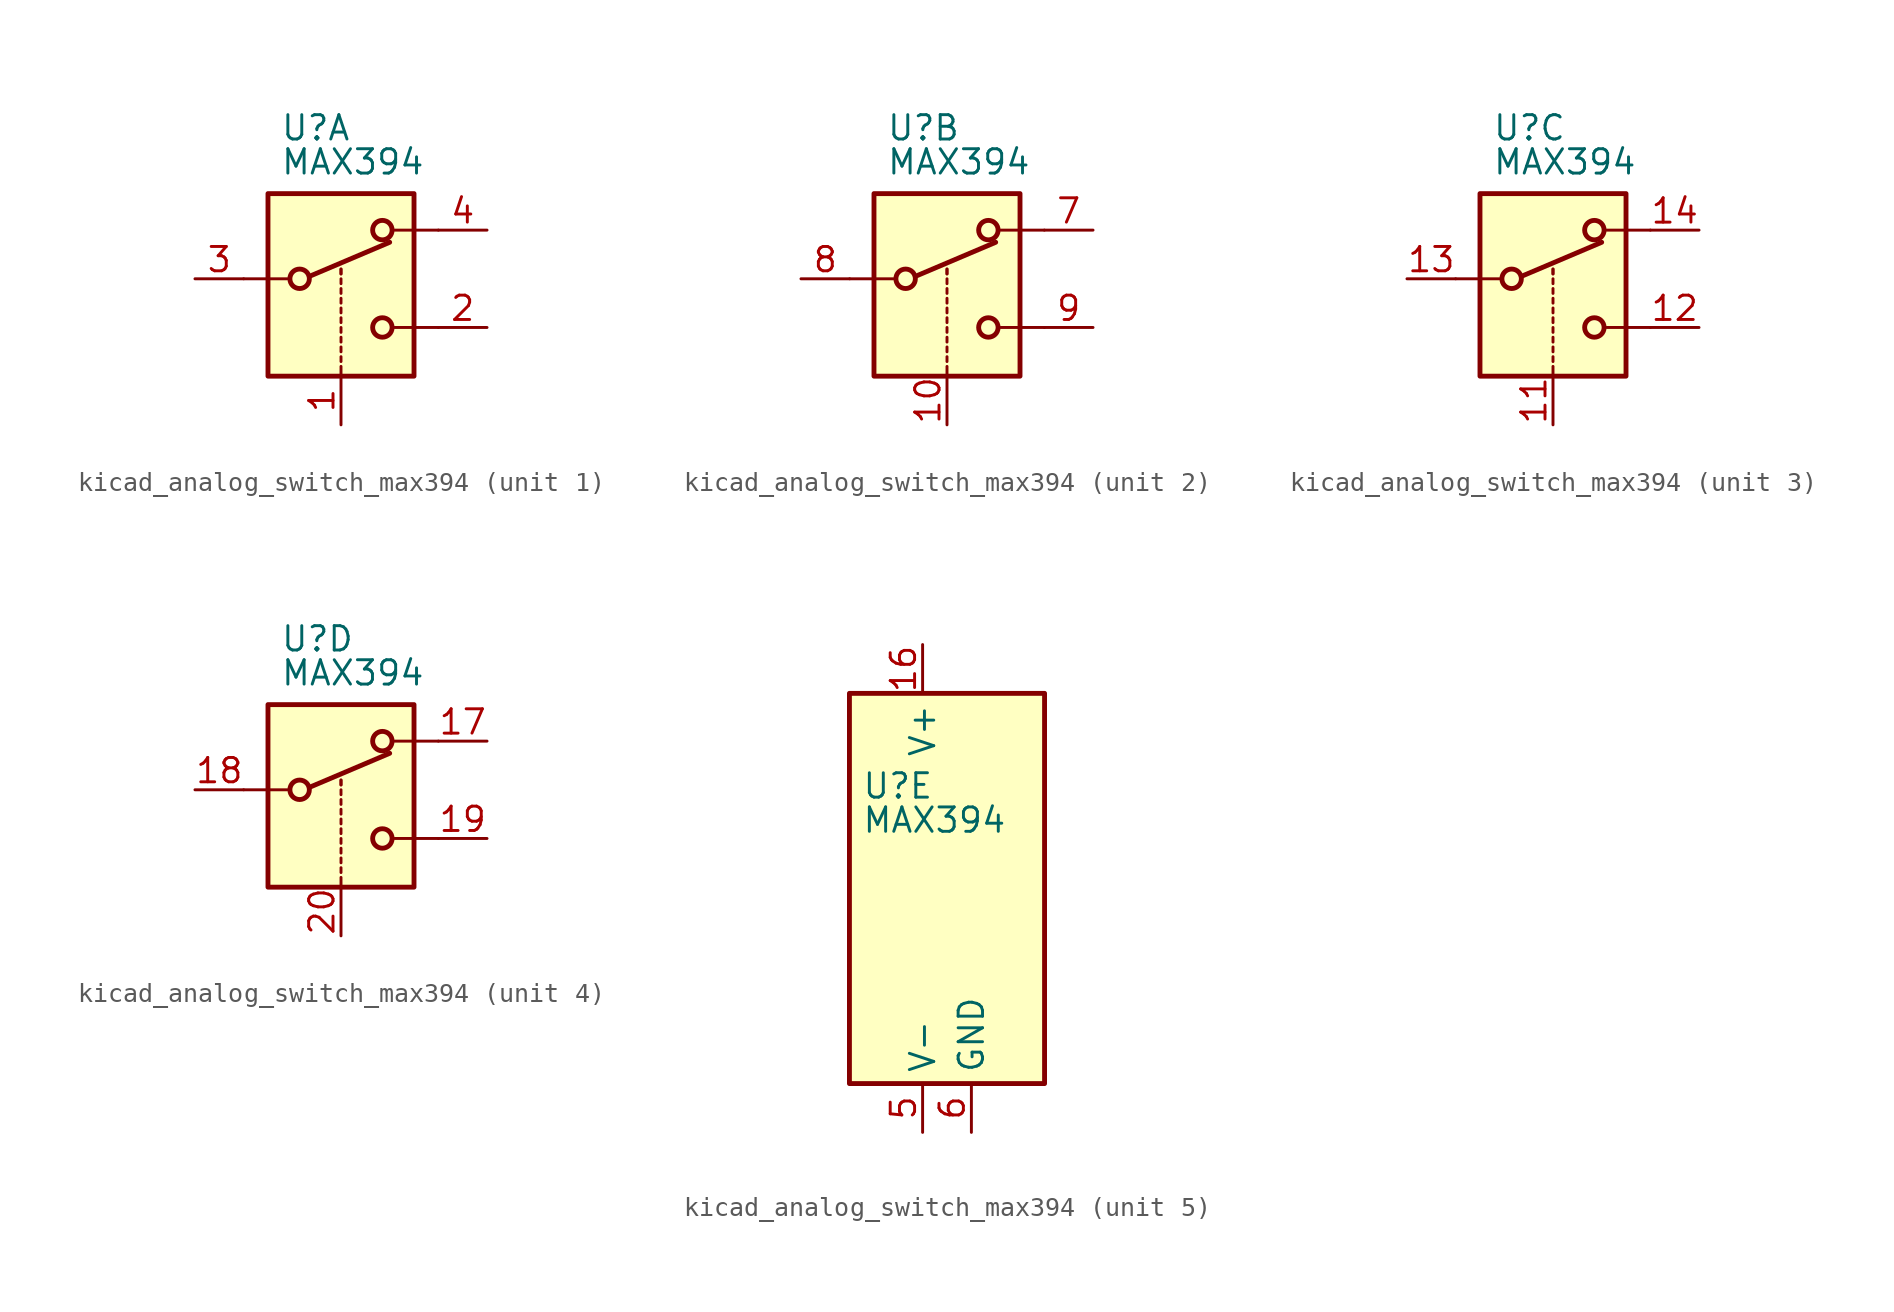
<source format=kicad_sym>
(kicad_symbol_lib
  (version 20220914)
  (generator kicad_symbol_editor)
  (symbol "kicad_analog_switch_max394"
    (property "Reference" "U"
      (at -3.175 5.334 0)
      (effects (font (size 1.27 1.27)) (justify left)))
    (property "Value" "MAX394"
      (at -3.175 3.556 0)
      (effects (font (size 1.27 1.27)) (justify left)))
    (symbol "kicad_analog_switch_max394_1_1"
      (rectangle (start -3.81 1.905) (end 3.81 -7.62) (stroke (width 0.254) (type default)) (fill (type background)))
      (circle (center -2.159 -2.54) (radius 0.508) (stroke (width 0.254) (type default)) (fill (type none)))
      (polyline (pts (xy -5.08 -2.54) (xy -2.794 -2.54)) (stroke (width 0) (type default)) (fill (type none)))
      (polyline (pts (xy -1.651 -2.413) (xy 2.54 -0.635)) (stroke (width 0.254) (type default)) (fill (type none)))
      (polyline (pts (xy 0 -7.62) (xy 0 -7.112)) (stroke (width 0) (type default)) (fill (type none)))
      (polyline (pts (xy 0 -6.858) (xy 0 -6.604)) (stroke (width 0) (type default)) (fill (type none)))
      (polyline (pts (xy 0 -6.35) (xy 0 -6.096)) (stroke (width 0) (type default)) (fill (type none)))
      (polyline (pts (xy 0 -5.842) (xy 0 -5.588)) (stroke (width 0) (type default)) (fill (type none)))
      (polyline (pts (xy 0 -5.334) (xy 0 -5.08)) (stroke (width 0) (type default)) (fill (type none)))
      (polyline (pts (xy 0 -4.826) (xy 0 -4.572)) (stroke (width 0) (type default)) (fill (type none)))
      (polyline (pts (xy 0 -4.318) (xy 0 -4.064)) (stroke (width 0) (type default)) (fill (type none)))
      (polyline (pts (xy 0 -3.81) (xy 0 -3.556)) (stroke (width 0) (type default)) (fill (type none)))
      (polyline (pts (xy 0 -3.302) (xy 0 -3.048)) (stroke (width 0) (type default)) (fill (type none)))
      (polyline (pts (xy 0 -2.794) (xy 0 -2.54)) (stroke (width 0) (type default)) (fill (type none)))
      (polyline (pts (xy 0 -2.286) (xy 0 -2.032)) (stroke (width 0) (type default)) (fill (type none)))
      (polyline (pts (xy 0 -2.286) (xy 0 -2.032)) (stroke (width 0) (type default)) (fill (type none)))
      (polyline (pts (xy 5.08 -5.08) (xy 2.794 -5.08)) (stroke (width 0) (type default)) (fill (type none)))
      (polyline (pts (xy 5.08 0) (xy 2.794 0)) (stroke (width 0) (type default)) (fill (type none)))
      (circle (center 2.159 -5.08) (radius 0.508) (stroke (width 0.254) (type default)) (fill (type none)))
      (circle (center 2.159 0) (radius 0.508) (stroke (width 0.254) (type default)) (fill (type none)))
      (pin input line (at 0 -10.16 90) (length 2.54) (name "~" (effects (font (size 1.27 1.27)))) (number "1" (effects (font (size 1.27 1.27)))))
      (pin passive line (at 7.62 -5.08 180) (length 2.54) (name "~" (effects (font (size 1.27 1.27)))) (number "2" (effects (font (size 1.27 1.27)))))
      (pin passive line (at -7.62 -2.54 0) (length 2.54) (name "~" (effects (font (size 1.27 1.27)))) (number "3" (effects (font (size 1.27 1.27)))))
      (pin passive line (at 7.62 0 180) (length 2.54) (name "~" (effects (font (size 1.27 1.27)))) (number "4" (effects (font (size 1.27 1.27))))))
    (symbol "kicad_analog_switch_max394_2_1"
      (rectangle (start -3.81 1.905) (end 3.81 -7.62) (stroke (width 0.254) (type default)) (fill (type background)))
      (circle (center -2.159 -2.54) (radius 0.508) (stroke (width 0.254) (type default)) (fill (type none)))
      (polyline (pts (xy -5.08 -2.54) (xy -2.794 -2.54)) (stroke (width 0) (type default)) (fill (type none)))
      (polyline (pts (xy -1.651 -2.413) (xy 2.54 -0.635)) (stroke (width 0.254) (type default)) (fill (type none)))
      (polyline (pts (xy 0 -7.62) (xy 0 -7.112)) (stroke (width 0) (type default)) (fill (type none)))
      (polyline (pts (xy 0 -6.858) (xy 0 -6.604)) (stroke (width 0) (type default)) (fill (type none)))
      (polyline (pts (xy 0 -6.35) (xy 0 -6.096)) (stroke (width 0) (type default)) (fill (type none)))
      (polyline (pts (xy 0 -5.842) (xy 0 -5.588)) (stroke (width 0) (type default)) (fill (type none)))
      (polyline (pts (xy 0 -5.334) (xy 0 -5.08)) (stroke (width 0) (type default)) (fill (type none)))
      (polyline (pts (xy 0 -4.826) (xy 0 -4.572)) (stroke (width 0) (type default)) (fill (type none)))
      (polyline (pts (xy 0 -4.318) (xy 0 -4.064)) (stroke (width 0) (type default)) (fill (type none)))
      (polyline (pts (xy 0 -3.81) (xy 0 -3.556)) (stroke (width 0) (type default)) (fill (type none)))
      (polyline (pts (xy 0 -3.302) (xy 0 -3.048)) (stroke (width 0) (type default)) (fill (type none)))
      (polyline (pts (xy 0 -2.794) (xy 0 -2.54)) (stroke (width 0) (type default)) (fill (type none)))
      (polyline (pts (xy 0 -2.286) (xy 0 -2.032)) (stroke (width 0) (type default)) (fill (type none)))
      (polyline (pts (xy 0 -2.286) (xy 0 -2.032)) (stroke (width 0) (type default)) (fill (type none)))
      (polyline (pts (xy 5.08 -5.08) (xy 2.794 -5.08)) (stroke (width 0) (type default)) (fill (type none)))
      (polyline (pts (xy 5.08 0) (xy 2.794 0)) (stroke (width 0) (type default)) (fill (type none)))
      (circle (center 2.159 -5.08) (radius 0.508) (stroke (width 0.254) (type default)) (fill (type none)))
      (circle (center 2.159 0) (radius 0.508) (stroke (width 0.254) (type default)) (fill (type none)))
      (pin input line (at 0 -10.16 90) (length 2.54) (name "~" (effects (font (size 1.27 1.27)))) (number "10" (effects (font (size 1.27 1.27)))))
      (pin passive line (at 7.62 0 180) (length 2.54) (name "~" (effects (font (size 1.27 1.27)))) (number "7" (effects (font (size 1.27 1.27)))))
      (pin passive line (at -7.62 -2.54 0) (length 2.54) (name "~" (effects (font (size 1.27 1.27)))) (number "8" (effects (font (size 1.27 1.27)))))
      (pin passive line (at 7.62 -5.08 180) (length 2.54) (name "~" (effects (font (size 1.27 1.27)))) (number "9" (effects (font (size 1.27 1.27))))))
    (symbol "kicad_analog_switch_max394_3_1"
      (rectangle (start -3.81 1.905) (end 3.81 -7.62) (stroke (width 0.254) (type default)) (fill (type background)))
      (circle (center -2.159 -2.54) (radius 0.508) (stroke (width 0.254) (type default)) (fill (type none)))
      (polyline (pts (xy -5.08 -2.54) (xy -2.794 -2.54)) (stroke (width 0) (type default)) (fill (type none)))
      (polyline (pts (xy -1.651 -2.413) (xy 2.54 -0.635)) (stroke (width 0.254) (type default)) (fill (type none)))
      (polyline (pts (xy 0 -7.62) (xy 0 -7.112)) (stroke (width 0) (type default)) (fill (type none)))
      (polyline (pts (xy 0 -6.858) (xy 0 -6.604)) (stroke (width 0) (type default)) (fill (type none)))
      (polyline (pts (xy 0 -6.35) (xy 0 -6.096)) (stroke (width 0) (type default)) (fill (type none)))
      (polyline (pts (xy 0 -5.842) (xy 0 -5.588)) (stroke (width 0) (type default)) (fill (type none)))
      (polyline (pts (xy 0 -5.334) (xy 0 -5.08)) (stroke (width 0) (type default)) (fill (type none)))
      (polyline (pts (xy 0 -4.826) (xy 0 -4.572)) (stroke (width 0) (type default)) (fill (type none)))
      (polyline (pts (xy 0 -4.318) (xy 0 -4.064)) (stroke (width 0) (type default)) (fill (type none)))
      (polyline (pts (xy 0 -3.81) (xy 0 -3.556)) (stroke (width 0) (type default)) (fill (type none)))
      (polyline (pts (xy 0 -3.302) (xy 0 -3.048)) (stroke (width 0) (type default)) (fill (type none)))
      (polyline (pts (xy 0 -2.794) (xy 0 -2.54)) (stroke (width 0) (type default)) (fill (type none)))
      (polyline (pts (xy 0 -2.286) (xy 0 -2.032)) (stroke (width 0) (type default)) (fill (type none)))
      (polyline (pts (xy 0 -2.286) (xy 0 -2.032)) (stroke (width 0) (type default)) (fill (type none)))
      (polyline (pts (xy 5.08 -5.08) (xy 2.794 -5.08)) (stroke (width 0) (type default)) (fill (type none)))
      (polyline (pts (xy 5.08 0) (xy 2.794 0)) (stroke (width 0) (type default)) (fill (type none)))
      (circle (center 2.159 -5.08) (radius 0.508) (stroke (width 0.254) (type default)) (fill (type none)))
      (circle (center 2.159 0) (radius 0.508) (stroke (width 0.254) (type default)) (fill (type none)))
      (pin input line (at 0 -10.16 90) (length 2.54) (name "~" (effects (font (size 1.27 1.27)))) (number "11" (effects (font (size 1.27 1.27)))))
      (pin passive line (at 7.62 -5.08 180) (length 2.54) (name "~" (effects (font (size 1.27 1.27)))) (number "12" (effects (font (size 1.27 1.27)))))
      (pin passive line (at -7.62 -2.54 0) (length 2.54) (name "~" (effects (font (size 1.27 1.27)))) (number "13" (effects (font (size 1.27 1.27)))))
      (pin passive line (at 7.62 0 180) (length 2.54) (name "~" (effects (font (size 1.27 1.27)))) (number "14" (effects (font (size 1.27 1.27))))))
    (symbol "kicad_analog_switch_max394_4_1"
      (rectangle (start -3.81 1.905) (end 3.81 -7.62) (stroke (width 0.254) (type default)) (fill (type background)))
      (circle (center -2.159 -2.54) (radius 0.508) (stroke (width 0.254) (type default)) (fill (type none)))
      (polyline (pts (xy -5.08 -2.54) (xy -2.794 -2.54)) (stroke (width 0) (type default)) (fill (type none)))
      (polyline (pts (xy -1.651 -2.413) (xy 2.54 -0.635)) (stroke (width 0.254) (type default)) (fill (type none)))
      (polyline (pts (xy 0 -7.62) (xy 0 -7.112)) (stroke (width 0) (type default)) (fill (type none)))
      (polyline (pts (xy 0 -6.858) (xy 0 -6.604)) (stroke (width 0) (type default)) (fill (type none)))
      (polyline (pts (xy 0 -6.35) (xy 0 -6.096)) (stroke (width 0) (type default)) (fill (type none)))
      (polyline (pts (xy 0 -5.842) (xy 0 -5.588)) (stroke (width 0) (type default)) (fill (type none)))
      (polyline (pts (xy 0 -5.334) (xy 0 -5.08)) (stroke (width 0) (type default)) (fill (type none)))
      (polyline (pts (xy 0 -4.826) (xy 0 -4.572)) (stroke (width 0) (type default)) (fill (type none)))
      (polyline (pts (xy 0 -4.318) (xy 0 -4.064)) (stroke (width 0) (type default)) (fill (type none)))
      (polyline (pts (xy 0 -3.81) (xy 0 -3.556)) (stroke (width 0) (type default)) (fill (type none)))
      (polyline (pts (xy 0 -3.302) (xy 0 -3.048)) (stroke (width 0) (type default)) (fill (type none)))
      (polyline (pts (xy 0 -2.794) (xy 0 -2.54)) (stroke (width 0) (type default)) (fill (type none)))
      (polyline (pts (xy 0 -2.286) (xy 0 -2.032)) (stroke (width 0) (type default)) (fill (type none)))
      (polyline (pts (xy 0 -2.286) (xy 0 -2.032)) (stroke (width 0) (type default)) (fill (type none)))
      (polyline (pts (xy 5.08 -5.08) (xy 2.794 -5.08)) (stroke (width 0) (type default)) (fill (type none)))
      (polyline (pts (xy 5.08 0) (xy 2.794 0)) (stroke (width 0) (type default)) (fill (type none)))
      (circle (center 2.159 -5.08) (radius 0.508) (stroke (width 0.254) (type default)) (fill (type none)))
      (circle (center 2.159 0) (radius 0.508) (stroke (width 0.254) (type default)) (fill (type none)))
      (pin passive line (at 7.62 0 180) (length 2.54) (name "~" (effects (font (size 1.27 1.27)))) (number "17" (effects (font (size 1.27 1.27)))))
      (pin passive line (at -7.62 -2.54 0) (length 2.54) (name "~" (effects (font (size 1.27 1.27)))) (number "18" (effects (font (size 1.27 1.27)))))
      (pin passive line (at 7.62 -5.08 180) (length 2.54) (name "~" (effects (font (size 1.27 1.27)))) (number "19" (effects (font (size 1.27 1.27)))))
      (pin input line (at 0 -10.16 90) (length 2.54) (name "~" (effects (font (size 1.27 1.27)))) (number "20" (effects (font (size 1.27 1.27))))))
    (symbol "kicad_analog_switch_max394_5_0"
      (pin no_connect line (at 2.54 10.16 270) (length 2.54) hide (name "NC" (effects (font (size 1.27 1.27)))) (number "15" (effects (font (size 1.27 1.27)))))
      (pin power_in line (at 0 12.7 270) (length 2.54) (name "V+" (effects (font (size 1.27 1.27)))) (number "16" (effects (font (size 1.27 1.27)))))
      (pin power_in line (at 0 -12.7 90) (length 2.54) (name "V-" (effects (font (size 1.27 1.27)))) (number "5" (effects (font (size 1.27 1.27)))))
      (pin power_in line (at 2.54 -12.7 90) (length 2.54) (name "GND" (effects (font (size 1.27 1.27)))) (number "6" (effects (font (size 1.27 1.27))))))
    (symbol "kicad_analog_switch_max394_5_1"
      (rectangle (start -3.81 10.16) (end 6.35 -10.16) (stroke (width 0.254) (type default)) (fill (type background))))))
</source>
